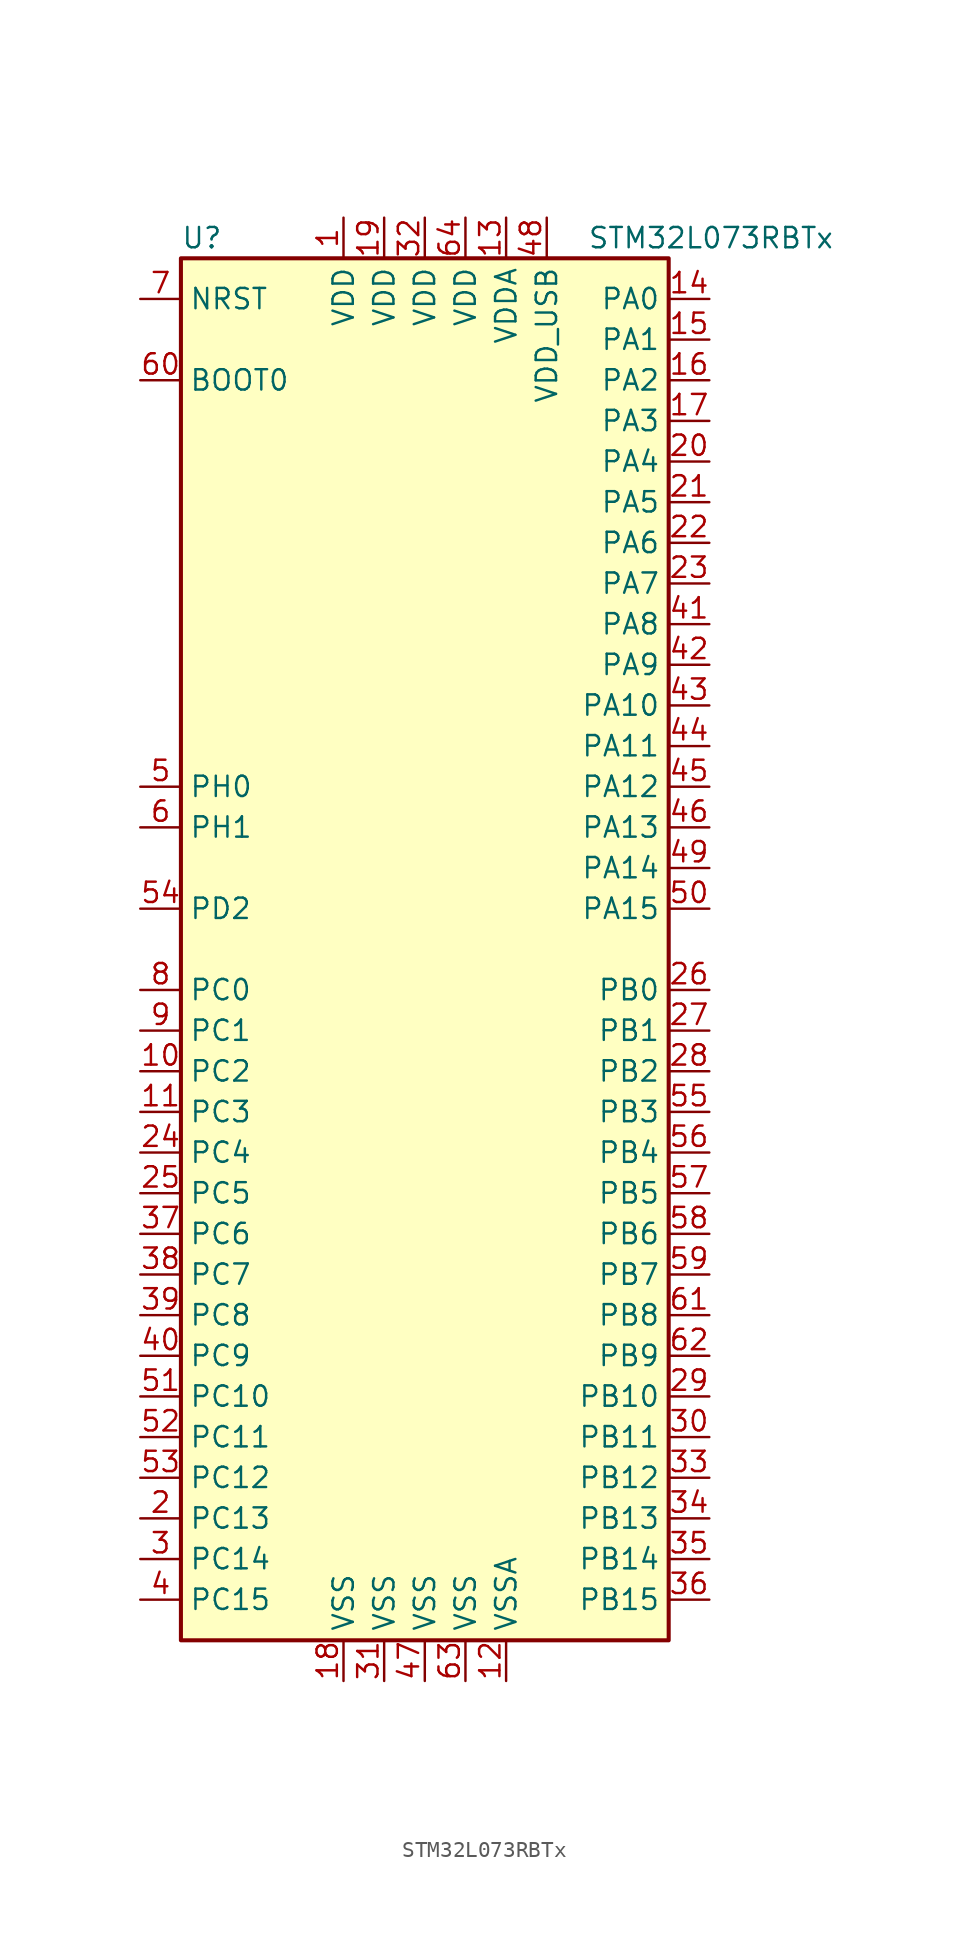
<source format=kicad_sym>
(kicad_symbol_lib
  (version 20201005)
  (generator kicad_symbol_editor)
  (symbol "STM32L073RBTx"
    (property "Reference" "U"
      (at -15.24 44.45 0)
      (effects (font (size 1.27 1.27)) (justify left)))
    (property "Value" "STM32L073RBTx"
      (at 10.16 44.45 0)
      (effects (font (size 1.27 1.27)) (justify left)))
    (symbol "STM32L073RBTx_0_1"
      (rectangle (start -15.24 -43.18) (end 15.24 43.18) (stroke (width 0.254)) (fill (type background))))
    (symbol "STM32L073RBTx_1_1"
      (pin power_in line (at -5.08 45.72 270) (length 2.54) (name "VDD" (effects (font (size 1.27 1.27)))) (number "1" (effects (font (size 1.27 1.27)))))
      (pin bidirectional line (at -17.78 -7.62 0) (length 2.54) (name "PC2" (effects (font (size 1.27 1.27)))) (number "10" (effects (font (size 1.27 1.27)))))
      (pin bidirectional line (at -17.78 -10.16 0) (length 2.54) (name "PC3" (effects (font (size 1.27 1.27)))) (number "11" (effects (font (size 1.27 1.27)))))
      (pin power_in line (at 5.08 -45.72 90) (length 2.54) (name "VSSA" (effects (font (size 1.27 1.27)))) (number "12" (effects (font (size 1.27 1.27)))))
      (pin power_in line (at 5.08 45.72 270) (length 2.54) (name "VDDA" (effects (font (size 1.27 1.27)))) (number "13" (effects (font (size 1.27 1.27)))))
      (pin bidirectional line (at 17.78 40.64 180) (length 2.54) (name "PA0" (effects (font (size 1.27 1.27)))) (number "14" (effects (font (size 1.27 1.27)))))
      (pin bidirectional line (at 17.78 38.1 180) (length 2.54) (name "PA1" (effects (font (size 1.27 1.27)))) (number "15" (effects (font (size 1.27 1.27)))))
      (pin bidirectional line (at 17.78 35.56 180) (length 2.54) (name "PA2" (effects (font (size 1.27 1.27)))) (number "16" (effects (font (size 1.27 1.27)))))
      (pin bidirectional line (at 17.78 33.02 180) (length 2.54) (name "PA3" (effects (font (size 1.27 1.27)))) (number "17" (effects (font (size 1.27 1.27)))))
      (pin power_in line (at -5.08 -45.72 90) (length 2.54) (name "VSS" (effects (font (size 1.27 1.27)))) (number "18" (effects (font (size 1.27 1.27)))))
      (pin power_in line (at -2.54 45.72 270) (length 2.54) (name "VDD" (effects (font (size 1.27 1.27)))) (number "19" (effects (font (size 1.27 1.27)))))
      (pin bidirectional line (at -17.78 -35.56 0) (length 2.54) (name "PC13" (effects (font (size 1.27 1.27)))) (number "2" (effects (font (size 1.27 1.27)))))
      (pin bidirectional line (at 17.78 30.48 180) (length 2.54) (name "PA4" (effects (font (size 1.27 1.27)))) (number "20" (effects (font (size 1.27 1.27)))))
      (pin bidirectional line (at 17.78 27.94 180) (length 2.54) (name "PA5" (effects (font (size 1.27 1.27)))) (number "21" (effects (font (size 1.27 1.27)))))
      (pin bidirectional line (at 17.78 25.4 180) (length 2.54) (name "PA6" (effects (font (size 1.27 1.27)))) (number "22" (effects (font (size 1.27 1.27)))))
      (pin bidirectional line (at 17.78 22.86 180) (length 2.54) (name "PA7" (effects (font (size 1.27 1.27)))) (number "23" (effects (font (size 1.27 1.27)))))
      (pin bidirectional line (at -17.78 -12.7 0) (length 2.54) (name "PC4" (effects (font (size 1.27 1.27)))) (number "24" (effects (font (size 1.27 1.27)))))
      (pin bidirectional line (at -17.78 -15.24 0) (length 2.54) (name "PC5" (effects (font (size 1.27 1.27)))) (number "25" (effects (font (size 1.27 1.27)))))
      (pin bidirectional line (at 17.78 -2.54 180) (length 2.54) (name "PB0" (effects (font (size 1.27 1.27)))) (number "26" (effects (font (size 1.27 1.27)))))
      (pin bidirectional line (at 17.78 -5.08 180) (length 2.54) (name "PB1" (effects (font (size 1.27 1.27)))) (number "27" (effects (font (size 1.27 1.27)))))
      (pin bidirectional line (at 17.78 -7.62 180) (length 2.54) (name "PB2" (effects (font (size 1.27 1.27)))) (number "28" (effects (font (size 1.27 1.27)))))
      (pin bidirectional line (at 17.78 -27.94 180) (length 2.54) (name "PB10" (effects (font (size 1.27 1.27)))) (number "29" (effects (font (size 1.27 1.27)))))
      (pin bidirectional line (at -17.78 -38.1 0) (length 2.54) (name "PC14" (effects (font (size 1.27 1.27)))) (number "3" (effects (font (size 1.27 1.27)))))
      (pin bidirectional line (at 17.78 -30.48 180) (length 2.54) (name "PB11" (effects (font (size 1.27 1.27)))) (number "30" (effects (font (size 1.27 1.27)))))
      (pin power_in line (at -2.54 -45.72 90) (length 2.54) (name "VSS" (effects (font (size 1.27 1.27)))) (number "31" (effects (font (size 1.27 1.27)))))
      (pin power_in line (at 0 45.72 270) (length 2.54) (name "VDD" (effects (font (size 1.27 1.27)))) (number "32" (effects (font (size 1.27 1.27)))))
      (pin bidirectional line (at 17.78 -33.02 180) (length 2.54) (name "PB12" (effects (font (size 1.27 1.27)))) (number "33" (effects (font (size 1.27 1.27)))))
      (pin bidirectional line (at 17.78 -35.56 180) (length 2.54) (name "PB13" (effects (font (size 1.27 1.27)))) (number "34" (effects (font (size 1.27 1.27)))))
      (pin bidirectional line (at 17.78 -38.1 180) (length 2.54) (name "PB14" (effects (font (size 1.27 1.27)))) (number "35" (effects (font (size 1.27 1.27)))))
      (pin bidirectional line (at 17.78 -40.64 180) (length 2.54) (name "PB15" (effects (font (size 1.27 1.27)))) (number "36" (effects (font (size 1.27 1.27)))))
      (pin bidirectional line (at -17.78 -17.78 0) (length 2.54) (name "PC6" (effects (font (size 1.27 1.27)))) (number "37" (effects (font (size 1.27 1.27)))))
      (pin bidirectional line (at -17.78 -20.32 0) (length 2.54) (name "PC7" (effects (font (size 1.27 1.27)))) (number "38" (effects (font (size 1.27 1.27)))))
      (pin bidirectional line (at -17.78 -22.86 0) (length 2.54) (name "PC8" (effects (font (size 1.27 1.27)))) (number "39" (effects (font (size 1.27 1.27)))))
      (pin bidirectional line (at -17.78 -40.64 0) (length 2.54) (name "PC15" (effects (font (size 1.27 1.27)))) (number "4" (effects (font (size 1.27 1.27)))))
      (pin bidirectional line (at -17.78 -25.4 0) (length 2.54) (name "PC9" (effects (font (size 1.27 1.27)))) (number "40" (effects (font (size 1.27 1.27)))))
      (pin bidirectional line (at 17.78 20.32 180) (length 2.54) (name "PA8" (effects (font (size 1.27 1.27)))) (number "41" (effects (font (size 1.27 1.27)))))
      (pin bidirectional line (at 17.78 17.78 180) (length 2.54) (name "PA9" (effects (font (size 1.27 1.27)))) (number "42" (effects (font (size 1.27 1.27)))))
      (pin bidirectional line (at 17.78 15.24 180) (length 2.54) (name "PA10" (effects (font (size 1.27 1.27)))) (number "43" (effects (font (size 1.27 1.27)))))
      (pin bidirectional line (at 17.78 12.7 180) (length 2.54) (name "PA11" (effects (font (size 1.27 1.27)))) (number "44" (effects (font (size 1.27 1.27)))))
      (pin bidirectional line (at 17.78 10.16 180) (length 2.54) (name "PA12" (effects (font (size 1.27 1.27)))) (number "45" (effects (font (size 1.27 1.27)))))
      (pin bidirectional line (at 17.78 7.62 180) (length 2.54) (name "PA13" (effects (font (size 1.27 1.27)))) (number "46" (effects (font (size 1.27 1.27)))))
      (pin power_in line (at 0 -45.72 90) (length 2.54) (name "VSS" (effects (font (size 1.27 1.27)))) (number "47" (effects (font (size 1.27 1.27)))))
      (pin power_in line (at 7.62 45.72 270) (length 2.54) (name "VDD_USB" (effects (font (size 1.27 1.27)))) (number "48" (effects (font (size 1.27 1.27)))))
      (pin bidirectional line (at 17.78 5.08 180) (length 2.54) (name "PA14" (effects (font (size 1.27 1.27)))) (number "49" (effects (font (size 1.27 1.27)))))
      (pin input line (at -17.78 10.16 0) (length 2.54) (name "PH0" (effects (font (size 1.27 1.27)))) (number "5" (effects (font (size 1.27 1.27)))))
      (pin bidirectional line (at 17.78 2.54 180) (length 2.54) (name "PA15" (effects (font (size 1.27 1.27)))) (number "50" (effects (font (size 1.27 1.27)))))
      (pin bidirectional line (at -17.78 -27.94 0) (length 2.54) (name "PC10" (effects (font (size 1.27 1.27)))) (number "51" (effects (font (size 1.27 1.27)))))
      (pin bidirectional line (at -17.78 -30.48 0) (length 2.54) (name "PC11" (effects (font (size 1.27 1.27)))) (number "52" (effects (font (size 1.27 1.27)))))
      (pin bidirectional line (at -17.78 -33.02 0) (length 2.54) (name "PC12" (effects (font (size 1.27 1.27)))) (number "53" (effects (font (size 1.27 1.27)))))
      (pin bidirectional line (at -17.78 2.54 0) (length 2.54) (name "PD2" (effects (font (size 1.27 1.27)))) (number "54" (effects (font (size 1.27 1.27)))))
      (pin bidirectional line (at 17.78 -10.16 180) (length 2.54) (name "PB3" (effects (font (size 1.27 1.27)))) (number "55" (effects (font (size 1.27 1.27)))))
      (pin bidirectional line (at 17.78 -12.7 180) (length 2.54) (name "PB4" (effects (font (size 1.27 1.27)))) (number "56" (effects (font (size 1.27 1.27)))))
      (pin bidirectional line (at 17.78 -15.24 180) (length 2.54) (name "PB5" (effects (font (size 1.27 1.27)))) (number "57" (effects (font (size 1.27 1.27)))))
      (pin bidirectional line (at 17.78 -17.78 180) (length 2.54) (name "PB6" (effects (font (size 1.27 1.27)))) (number "58" (effects (font (size 1.27 1.27)))))
      (pin bidirectional line (at 17.78 -20.32 180) (length 2.54) (name "PB7" (effects (font (size 1.27 1.27)))) (number "59" (effects (font (size 1.27 1.27)))))
      (pin input line (at -17.78 7.62 0) (length 2.54) (name "PH1" (effects (font (size 1.27 1.27)))) (number "6" (effects (font (size 1.27 1.27)))))
      (pin input line (at -17.78 35.56 0) (length 2.54) (name "BOOT0" (effects (font (size 1.27 1.27)))) (number "60" (effects (font (size 1.27 1.27)))))
      (pin bidirectional line (at 17.78 -22.86 180) (length 2.54) (name "PB8" (effects (font (size 1.27 1.27)))) (number "61" (effects (font (size 1.27 1.27)))))
      (pin bidirectional line (at 17.78 -25.4 180) (length 2.54) (name "PB9" (effects (font (size 1.27 1.27)))) (number "62" (effects (font (size 1.27 1.27)))))
      (pin power_in line (at 2.54 -45.72 90) (length 2.54) (name "VSS" (effects (font (size 1.27 1.27)))) (number "63" (effects (font (size 1.27 1.27)))))
      (pin power_in line (at 2.54 45.72 270) (length 2.54) (name "VDD" (effects (font (size 1.27 1.27)))) (number "64" (effects (font (size 1.27 1.27)))))
      (pin input line (at -17.78 40.64 0) (length 2.54) (name "NRST" (effects (font (size 1.27 1.27)))) (number "7" (effects (font (size 1.27 1.27)))))
      (pin bidirectional line (at -17.78 -2.54 0) (length 2.54) (name "PC0" (effects (font (size 1.27 1.27)))) (number "8" (effects (font (size 1.27 1.27)))))
      (pin bidirectional line (at -17.78 -5.08 0) (length 2.54) (name "PC1" (effects (font (size 1.27 1.27)))) (number "9" (effects (font (size 1.27 1.27))))))))
</source>
